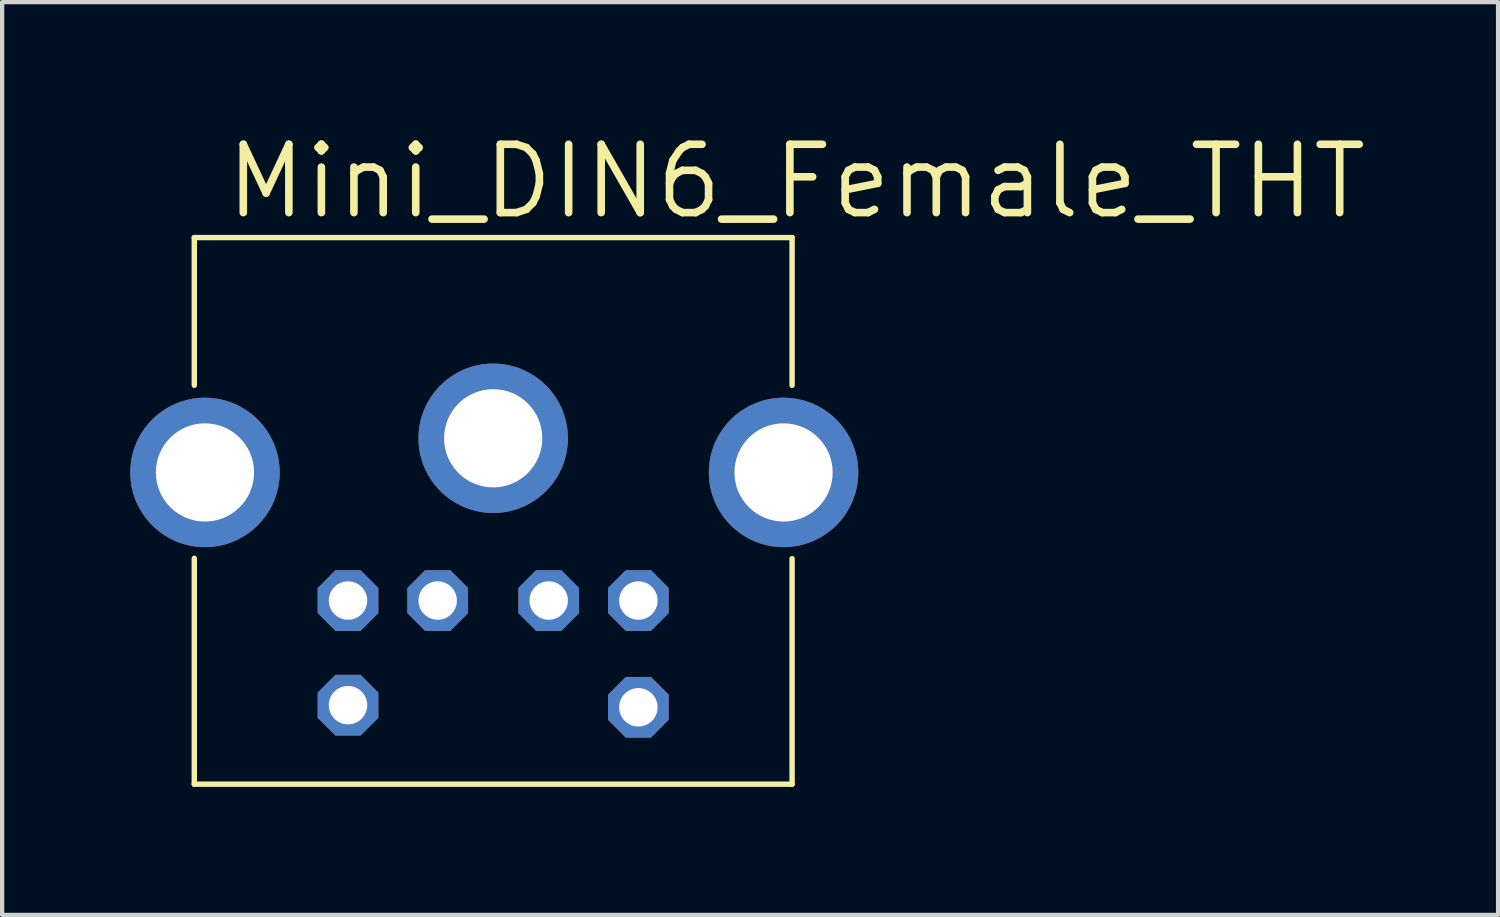
<source format=kicad_pcb>
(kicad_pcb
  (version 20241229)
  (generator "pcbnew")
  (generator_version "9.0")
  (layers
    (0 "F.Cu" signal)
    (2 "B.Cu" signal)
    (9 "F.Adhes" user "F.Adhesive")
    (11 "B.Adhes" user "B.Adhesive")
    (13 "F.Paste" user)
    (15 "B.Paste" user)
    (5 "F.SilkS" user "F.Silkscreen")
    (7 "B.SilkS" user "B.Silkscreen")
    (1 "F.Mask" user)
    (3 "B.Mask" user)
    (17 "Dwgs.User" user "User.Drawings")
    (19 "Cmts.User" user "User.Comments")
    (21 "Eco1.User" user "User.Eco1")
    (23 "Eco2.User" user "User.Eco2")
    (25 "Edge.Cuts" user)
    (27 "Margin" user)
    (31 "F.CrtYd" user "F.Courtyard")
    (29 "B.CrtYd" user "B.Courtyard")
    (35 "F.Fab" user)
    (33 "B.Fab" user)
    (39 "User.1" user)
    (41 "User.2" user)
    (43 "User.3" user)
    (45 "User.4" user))
  (footprint "Mini_DIN6_Female_THT"
    (layer "F.Cu")
    (at 8.5 7.264)
    (property "Reference" "Mini_DIN6_Female_THT" (at -6.35 -5.13 0) (layer "F.SilkS") (effects (font (size 1.6 1.6) (thickness 0.178)) (justify left bottom)))
    (fp_line (start -7 -4.75) (end -7 -1.29) (stroke (width 0.127) (type solid)) (layer "F.SilkS"))
    (fp_line (start -7 2.76) (end -7 8.05) (stroke (width 0.127) (type solid)) (layer "F.SilkS"))
    (fp_line (start -7 8.05) (end 7 8.05) (stroke (width 0.127) (type solid)) (layer "F.SilkS"))
    (fp_line (start 7 -4.75) (end -7 -4.75) (stroke (width 0.127) (type solid)) (layer "F.SilkS"))
    (fp_line (start 7 -4.75) (end 7 -1.29) (stroke (width 0.127) (type solid)) (layer "F.SilkS"))
    (fp_line (start 7 2.77) (end 7 8.05) (stroke (width 0.127) (type solid)) (layer "F.SilkS"))
    (pad "1" thru_hole roundrect (at -1.3 3.75) (size 1.422 1.422) (drill 0.9) (layers "*.Cu" "*.Mask") (roundrect_rratio 0.25) (chamfer_ratio 0.293) (chamfer top_left top_right bottom_left bottom_right))
    (pad "2" thru_hole roundrect (at 1.3 3.75) (size 1.422 1.422) (drill 0.9) (layers "*.Cu" "*.Mask") (roundrect_rratio 0.25) (chamfer_ratio 0.293) (chamfer top_left top_right bottom_left bottom_right))
    (pad "3" thru_hole roundrect (at -3.4 3.75) (size 1.422 1.422) (drill 0.9) (layers "*.Cu" "*.Mask") (roundrect_rratio 0.25) (chamfer_ratio 0.293) (chamfer top_left top_right bottom_left bottom_right))
    (pad "4" thru_hole roundrect (at 3.4 3.75) (size 1.422 1.422) (drill 0.9) (layers "*.Cu" "*.Mask") (roundrect_rratio 0.25) (chamfer_ratio 0.293) (chamfer top_left top_right bottom_left bottom_right))
    (pad "5" thru_hole roundrect (at -3.4 6.2) (size 1.422 1.422) (drill 0.9) (layers "*.Cu" "*.Mask") (roundrect_rratio 0.25) (chamfer_ratio 0.293) (chamfer top_left top_right bottom_left bottom_right))
    (pad "6" thru_hole roundrect (at 3.4 6.25) (size 1.422 1.422) (drill 0.9) (layers "*.Cu" "*.Mask") (roundrect_rratio 0.25) (chamfer_ratio 0.293) (chamfer top_left top_right bottom_left bottom_right))
    (pad "SH1" thru_hole circle (at 6.8 0.75) (size 3.5 3.5) (drill 2.3) (layers "*.Cu" "*.Mask"))
    (pad "SH2" thru_hole circle (at 0 -0.05) (size 3.5 3.5) (drill 2.3) (layers "*.Cu" "*.Mask"))
    (pad "SH3" thru_hole circle (at -6.75 0.75) (size 3.5 3.5) (drill 2.3) (layers "*.Cu" "*.Mask")))
  (gr_rect
    (start -3 -3)
    (end 32.033 18.377)
    (stroke (width 0.1) (type default))
    (fill no)
    (layer "Edge.Cuts")))
</source>
